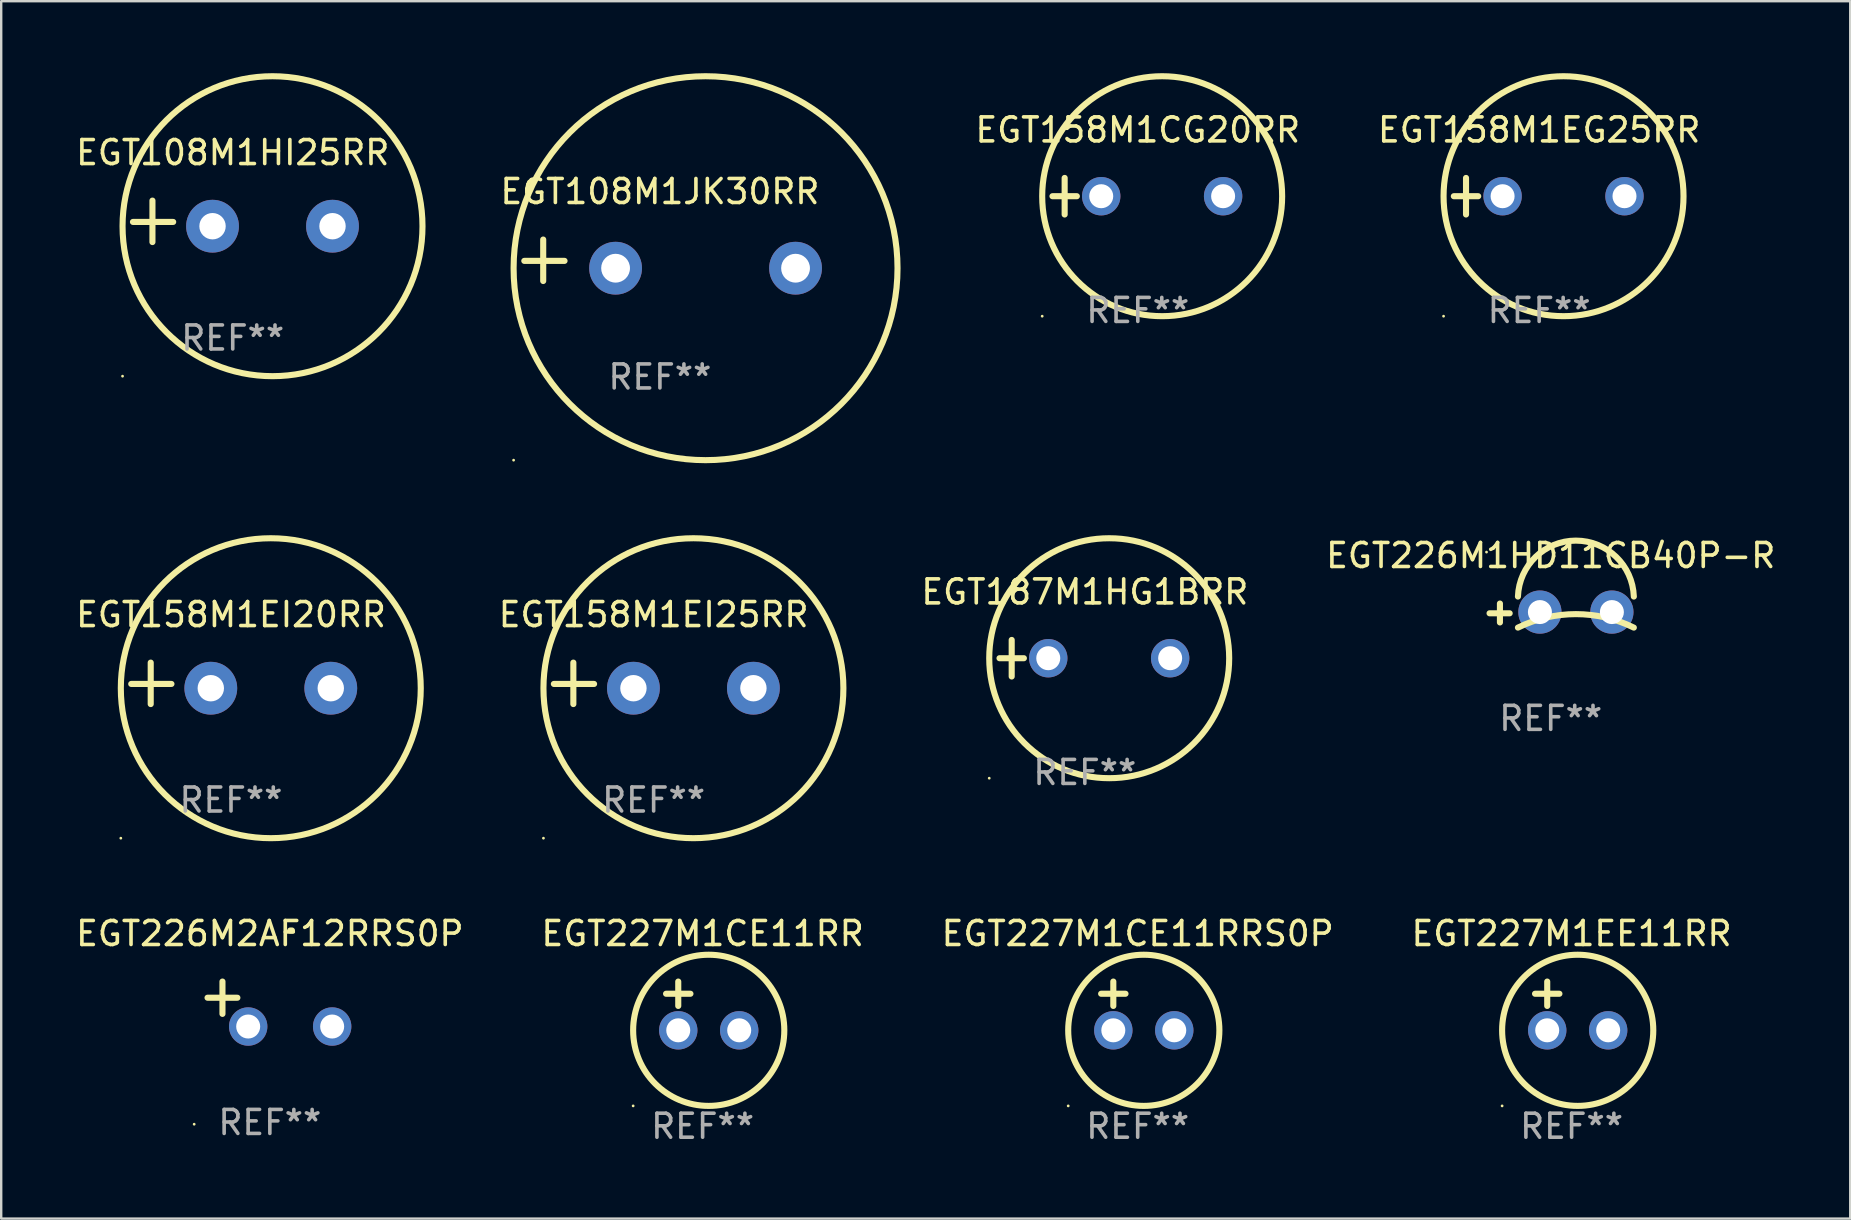
<source format=kicad_pcb>
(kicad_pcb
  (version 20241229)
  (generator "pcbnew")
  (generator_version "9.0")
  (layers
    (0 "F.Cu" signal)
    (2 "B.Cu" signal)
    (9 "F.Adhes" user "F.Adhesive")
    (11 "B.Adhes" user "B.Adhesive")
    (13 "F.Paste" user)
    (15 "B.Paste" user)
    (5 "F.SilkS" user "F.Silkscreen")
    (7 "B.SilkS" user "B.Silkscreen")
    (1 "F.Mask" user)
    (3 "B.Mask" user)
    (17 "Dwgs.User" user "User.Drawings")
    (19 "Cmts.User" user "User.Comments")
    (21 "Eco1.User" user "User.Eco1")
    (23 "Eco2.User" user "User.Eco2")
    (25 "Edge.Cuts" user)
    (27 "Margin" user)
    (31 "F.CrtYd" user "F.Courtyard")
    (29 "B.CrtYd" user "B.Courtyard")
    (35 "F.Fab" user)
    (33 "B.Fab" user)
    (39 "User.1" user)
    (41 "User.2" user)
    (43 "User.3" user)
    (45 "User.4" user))
  (footprint "EGT227M1CE11RR"
    (layer "F.Cu")
    (at 26.232 38.872)
    (property "Reference" "EGT227M1CE11RR" (at 0 -3.016 0) (layer "F.SilkS") (effects (font (size 1 1) (thickness 0.15))))
    (attr through_hole)
    (fp_line (start -1.524 -0.508) (end -0.508 -0.508) (stroke (width 0.254) (type solid)) (layer "F.SilkS"))
    (fp_line (start -1.016 -1.016) (end -1.016 0) (stroke (width 0.254) (type solid)) (layer "F.SilkS"))
    (fp_circle (center -2.896 4.166) (end -2.866 4.166) (stroke (width 0.06) (type solid)) (fill no) (layer "F.SilkS"))
    (fp_circle (center 0.254 1.016) (end 3.404 1.016) (stroke (width 0.254) (type solid)) (fill no) (layer "F.SilkS"))
    (fp_text user "REF**" (at 0 5.016 0) (layer "F.Fab") (effects (font (size 1 1) (thickness 0.15))))
    (pad "1" thru_hole circle (at -1.016 1.016) (size 1.6 1.6) (drill 1) (layers "*.Cu" "*.Mask"))
    (pad "2" thru_hole circle (at 1.524 1.016) (size 1.6 1.6) (drill 1) (layers "*.Cu" "*.Mask")))
  (footprint "EGT227M1CE11RRS0P"
    (layer "F.Cu")
    (at 44.363 38.872)
    (property "Reference" "EGT227M1CE11RRS0P" (at 0 -3.016 0) (layer "F.SilkS") (effects (font (size 1 1) (thickness 0.15))))
    (attr through_hole)
    (fp_line (start -1.524 -0.508) (end -0.508 -0.508) (stroke (width 0.254) (type solid)) (layer "F.SilkS"))
    (fp_line (start -1.016 -1.016) (end -1.016 0) (stroke (width 0.254) (type solid)) (layer "F.SilkS"))
    (fp_circle (center -2.896 4.166) (end -2.866 4.166) (stroke (width 0.06) (type solid)) (fill no) (layer "F.SilkS"))
    (fp_circle (center 0.254 1.016) (end 3.404 1.016) (stroke (width 0.254) (type solid)) (fill no) (layer "F.SilkS"))
    (fp_text user "REF**" (at 0 5.016 0) (layer "F.Fab") (effects (font (size 1 1) (thickness 0.15))))
    (pad "1" thru_hole circle (at -1.016 1.016) (size 1.6 1.6) (drill 1) (layers "*.Cu" "*.Mask"))
    (pad "2" thru_hole circle (at 1.524 1.016) (size 1.6 1.6) (drill 1) (layers "*.Cu" "*.Mask")))
  (footprint "EGT227M1EE11RR"
    (layer "F.Cu")
    (at 62.446 38.872)
    (property "Reference" "EGT227M1EE11RR" (at 0 -3.016 0) (layer "F.SilkS") (effects (font (size 1 1) (thickness 0.15))))
    (attr through_hole)
    (fp_line (start -1.524 -0.508) (end -0.508 -0.508) (stroke (width 0.254) (type solid)) (layer "F.SilkS"))
    (fp_line (start -1.016 -1.016) (end -1.016 0) (stroke (width 0.254) (type solid)) (layer "F.SilkS"))
    (fp_circle (center -2.896 4.166) (end -2.866 4.166) (stroke (width 0.06) (type solid)) (fill no) (layer "F.SilkS"))
    (fp_circle (center 0.254 1.016) (end 3.404 1.016) (stroke (width 0.254) (type solid)) (fill no) (layer "F.SilkS"))
    (fp_text user "REF**" (at 0 5.016 0) (layer "F.Fab") (effects (font (size 1 1) (thickness 0.15))))
    (pad "1" thru_hole circle (at -1.016 1.016) (size 1.6 1.6) (drill 1) (layers "*.Cu" "*.Mask"))
    (pad "2" thru_hole circle (at 1.524 1.016) (size 1.6 1.6) (drill 1) (layers "*.Cu" "*.Mask")))
  (footprint "EGT158M1CG20RR"
    (layer "F.Cu")
    (at 44.367 5.127)
    (property "Reference" "EGT158M1CG20RR" (at 0 -2.762 0) (layer "F.SilkS") (effects (font (size 1 1) (thickness 0.15))))
    (attr through_hole)
    (fp_line (start -3.556 0) (end -2.54 0) (stroke (width 0.254) (type solid)) (layer "F.SilkS"))
    (fp_line (start -3.048 -0.762) (end -3.048 0.762) (stroke (width 0.254) (type solid)) (layer "F.SilkS"))
    (fp_circle (center -3.984 5) (end -3.954 5) (stroke (width 0.06) (type solid)) (fill no) (layer "F.SilkS"))
    (fp_circle (center 1.016 0) (end 6.016 0) (stroke (width 0.254) (type solid)) (fill no) (layer "F.SilkS"))
    (fp_text user "REF**" (at 0 4.762 0) (layer "F.Fab") (effects (font (size 1 1) (thickness 0.15))))
    (pad "1" thru_hole circle (at -1.524 0) (size 1.6 1.6) (drill 1) (layers "*.Cu" "*.Mask"))
    (pad "2" thru_hole circle (at 3.556 0) (size 1.6 1.6) (drill 1) (layers "*.Cu" "*.Mask")))
  (footprint "EGT108M1HI25RR"
    (layer "F.Cu")
    (at 6.649 6.174)
    (property "Reference" "EGT108M1HI25RR" (at 0 -2.864 0) (layer "F.SilkS") (effects (font (size 1 1) (thickness 0.15))))
    (attr through_hole)
    (fp_line (start -3.346 0.864) (end -3.346 -0.864) (stroke (width 0.254) (type solid)) (layer "F.SilkS"))
    (fp_line (start -2.482 0.025) (end -4.158 0.025) (stroke (width 0.254) (type solid)) (layer "F.SilkS"))
    (fp_circle (center -4.592 6.453) (end -4.562 6.453) (stroke (width 0.06) (type solid)) (fill no) (layer "F.SilkS"))
    (fp_circle (center 1.658 0.203) (end 7.908 0.203) (stroke (width 0.254) (type solid)) (fill no) (layer "F.SilkS"))
    (fp_text user "REF**" (at 0 4.864 0) (layer "F.Fab") (effects (font (size 1 1) (thickness 0.15))))
    (pad "1" thru_hole circle (at -0.842 0.203) (size 2.2 2.2) (drill 1.1) (layers "*.Cu" "*.Mask"))
    (pad "2" thru_hole circle (at 4.158 0.203) (size 2.2 2.2) (drill 1.1) (layers "*.Cu" "*.Mask")))
  (footprint "EGT226M2AF12RRS0P"
    (layer "F.Cu")
    (at 8.196 38.793)
    (property "Reference" "EGT226M2AF12RRS0P" (at 0 -2.937 0) (layer "F.SilkS") (effects (font (size 1 1) (thickness 0.15))))
    (attr through_hole)
    (fp_line (start -1.975 0.41) (end -1.975 -0.937) (stroke (width 0.254) (type solid)) (layer "F.SilkS"))
    (fp_line (start -1.353 -0.263) (end -2.597 -0.263) (stroke (width 0.254) (type solid)) (layer "F.SilkS"))
    (fp_arc (start 0.849809 -3.063957) (mid 0.885369 -3.064114) (end 0.920929 -3.063957) (stroke (width 0.254001) (type solid)) (layer "F.SilkS"))
    (fp_circle (center -3.154 5.008) (end -3.124 5.008) (stroke (width 0.06) (type solid)) (fill no) (layer "F.SilkS"))
    (fp_text user "REF**" (at 0 4.937 0) (layer "F.Fab") (effects (font (size 1 1) (thickness 0.15))))
    (pad "1" thru_hole circle (at -0.903 0.937) (size 1.6 1.6) (drill 1) (layers "*.Cu" "*.Mask"))
    (pad "2" thru_hole circle (at 2.597 0.937) (size 1.6 1.6) (drill 1) (layers "*.Cu" "*.Mask")))
  (footprint "EGT226M1HD11CB40P-R"
    (layer "F.Cu")
    (at 61.576 22.496)
    (property "Reference" "EGT226M1HD11CB40P-R" (at 0 -2.394 0) (layer "F.SilkS") (effects (font (size 1 1) (thickness 0.15))))
    (attr through_hole)
    (fp_line (start -2.117 0.394) (end -2.117 -0.394) (stroke (width 0.254) (type solid)) (layer "F.SilkS"))
    (fp_line (start -1.711 0.013) (end -2.549 0.013) (stroke (width 0.254) (type solid)) (layer "F.SilkS"))
    (fp_arc (start -1.366193 0.608941) (mid 1.048615 0.047743) (end 3.463424 0.60894) (stroke (width 0.254001) (type solid)) (layer "F.SilkS"))
    (fp_arc (start -1.366192 -0.685141) (mid 1.048616 -3.016259) (end 3.463424 -0.685141) (stroke (width 0.254001) (type solid)) (layer "F.SilkS"))
    (fp_circle (center -2.676 -2.538) (end -2.646 -2.538) (stroke (width 0.06) (type solid)) (fill no) (layer "F.SilkS"))
    (fp_text user "REF**" (at 0 4.394 0) (layer "F.Fab") (effects (font (size 1 1) (thickness 0.15))))
    (pad "1" thru_hole circle (at -0.451 -0.038) (size 1.8 1.8) (drill 1) (layers "*.Cu" "*.Mask"))
    (pad "2" thru_hole circle (at 2.549 -0.038) (size 1.8 1.8) (drill 1) (layers "*.Cu" "*.Mask")))
  (footprint "EGT158M1EI25RR"
    (layer "F.Cu")
    (at 24.19 25.428)
    (property "Reference" "EGT158M1EI25RR" (at 0 -2.864 0) (layer "F.SilkS") (effects (font (size 1 1) (thickness 0.15))))
    (attr through_hole)
    (fp_line (start -3.346 0.864) (end -3.346 -0.864) (stroke (width 0.254) (type solid)) (layer "F.SilkS"))
    (fp_line (start -2.482 0.025) (end -4.158 0.025) (stroke (width 0.254) (type solid)) (layer "F.SilkS"))
    (fp_circle (center -4.592 6.453) (end -4.562 6.453) (stroke (width 0.06) (type solid)) (fill no) (layer "F.SilkS"))
    (fp_circle (center 1.658 0.203) (end 7.908 0.203) (stroke (width 0.254) (type solid)) (fill no) (layer "F.SilkS"))
    (fp_text user "REF**" (at 0 4.864 0) (layer "F.Fab") (effects (font (size 1 1) (thickness 0.15))))
    (pad "1" thru_hole circle (at -0.842 0.203) (size 2.2 2.2) (drill 1.1) (layers "*.Cu" "*.Mask"))
    (pad "2" thru_hole circle (at 4.158 0.203) (size 2.2 2.2) (drill 1.1) (layers "*.Cu" "*.Mask")))
  (footprint "EGT187M1HG1BRR"
    (layer "F.Cu")
    (at 42.16 24.381)
    (property "Reference" "EGT187M1HG1BRR" (at 0 -2.762 0) (layer "F.SilkS") (effects (font (size 1 1) (thickness 0.15))))
    (attr through_hole)
    (fp_line (start -3.556 0) (end -2.54 0) (stroke (width 0.254) (type solid)) (layer "F.SilkS"))
    (fp_line (start -3.048 -0.762) (end -3.048 0.762) (stroke (width 0.254) (type solid)) (layer "F.SilkS"))
    (fp_circle (center -3.984 5) (end -3.954 5) (stroke (width 0.06) (type solid)) (fill no) (layer "F.SilkS"))
    (fp_circle (center 1.016 0) (end 6.016 0) (stroke (width 0.254) (type solid)) (fill no) (layer "F.SilkS"))
    (fp_text user "REF**" (at 0 4.762 0) (layer "F.Fab") (effects (font (size 1 1) (thickness 0.15))))
    (pad "1" thru_hole circle (at -1.524 0) (size 1.6 1.6) (drill 1) (layers "*.Cu" "*.Mask"))
    (pad "2" thru_hole circle (at 3.556 0) (size 1.6 1.6) (drill 1) (layers "*.Cu" "*.Mask")))
  (footprint "EGT158M1EI20RR"
    (layer "F.Cu")
    (at 6.577 25.428)
    (property "Reference" "EGT158M1EI20RR" (at 0 -2.864 0) (layer "F.SilkS") (effects (font (size 1 1) (thickness 0.15))))
    (attr through_hole)
    (fp_line (start -3.346 0.864) (end -3.346 -0.864) (stroke (width 0.254) (type solid)) (layer "F.SilkS"))
    (fp_line (start -2.482 0.025) (end -4.158 0.025) (stroke (width 0.254) (type solid)) (layer "F.SilkS"))
    (fp_circle (center -4.592 6.453) (end -4.562 6.453) (stroke (width 0.06) (type solid)) (fill no) (layer "F.SilkS"))
    (fp_circle (center 1.658 0.203) (end 7.908 0.203) (stroke (width 0.254) (type solid)) (fill no) (layer "F.SilkS"))
    (fp_text user "REF**" (at 0 4.864 0) (layer "F.Fab") (effects (font (size 1 1) (thickness 0.15))))
    (pad "1" thru_hole circle (at -0.842 0.203) (size 2.2 2.2) (drill 1.1) (layers "*.Cu" "*.Mask"))
    (pad "2" thru_hole circle (at 4.158 0.203) (size 2.2 2.2) (drill 1.1) (layers "*.Cu" "*.Mask")))
  (footprint "EGT108M1JK30RR"
    (layer "F.Cu")
    (at 24.452 7.797)
    (property "Reference" "EGT108M1JK30RR" (at 0 -2.864 0) (layer "F.SilkS") (effects (font (size 1 1) (thickness 0.15))))
    (attr through_hole)
    (fp_line (start -4.864 0.864) (end -4.864 -0.864) (stroke (width 0.254) (type solid)) (layer "F.SilkS"))
    (fp_line (start -3.975 0.025) (end -5.652 0.025) (stroke (width 0.254) (type solid)) (layer "F.SilkS"))
    (fp_circle (center -6.098 8.33) (end -6.068 8.33) (stroke (width 0.06) (type solid)) (fill no) (layer "F.SilkS"))
    (fp_circle (center 1.902 0.33) (end 9.902 0.33) (stroke (width 0.254) (type solid)) (fill no) (layer "F.SilkS"))
    (fp_text user "REF**" (at 0 4.864 0) (layer "F.Fab") (effects (font (size 1 1) (thickness 0.15))))
    (pad "1" thru_hole circle (at -1.848 0.33) (size 2.2 2.2) (drill 1.2) (layers "*.Cu" "*.Mask"))
    (pad "2" thru_hole circle (at 5.652 0.33) (size 2.2 2.2) (drill 1.2) (layers "*.Cu" "*.Mask")))
  (footprint "EGT158M1EG25RR"
    (layer "F.Cu")
    (at 61.094 5.127)
    (property "Reference" "EGT158M1EG25RR" (at 0 -2.762 0) (layer "F.SilkS") (effects (font (size 1 1) (thickness 0.15))))
    (attr through_hole)
    (fp_line (start -3.556 0) (end -2.54 0) (stroke (width 0.254) (type solid)) (layer "F.SilkS"))
    (fp_line (start -3.048 -0.762) (end -3.048 0.762) (stroke (width 0.254) (type solid)) (layer "F.SilkS"))
    (fp_circle (center -3.984 5) (end -3.954 5) (stroke (width 0.06) (type solid)) (fill no) (layer "F.SilkS"))
    (fp_circle (center 1.016 0) (end 6.016 0) (stroke (width 0.254) (type solid)) (fill no) (layer "F.SilkS"))
    (fp_text user "REF**" (at 0 4.762 0) (layer "F.Fab") (effects (font (size 1 1) (thickness 0.15))))
    (pad "1" thru_hole circle (at -1.524 0) (size 1.6 1.6) (drill 1) (layers "*.Cu" "*.Mask"))
    (pad "2" thru_hole circle (at 3.556 0) (size 1.6 1.6) (drill 1) (layers "*.Cu" "*.Mask")))
  (gr_rect
    (start -3 -3)
    (end 74.058 47.736)
    (stroke (width 0.1) (type default))
    (fill no)
    (layer "Edge.Cuts")))
</source>
